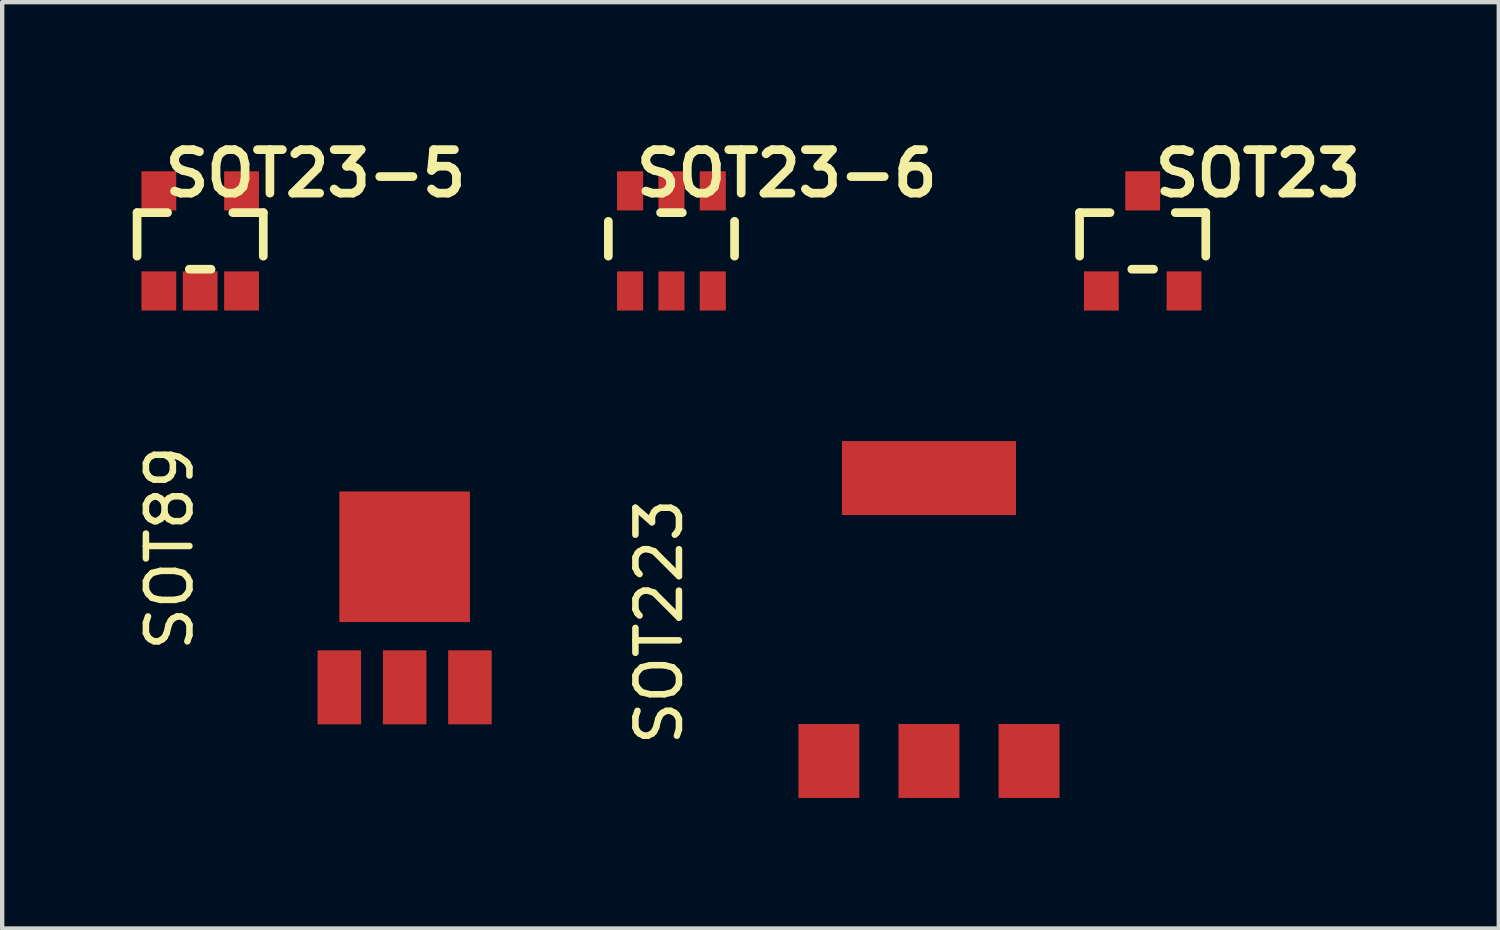
<source format=kicad_pcb>
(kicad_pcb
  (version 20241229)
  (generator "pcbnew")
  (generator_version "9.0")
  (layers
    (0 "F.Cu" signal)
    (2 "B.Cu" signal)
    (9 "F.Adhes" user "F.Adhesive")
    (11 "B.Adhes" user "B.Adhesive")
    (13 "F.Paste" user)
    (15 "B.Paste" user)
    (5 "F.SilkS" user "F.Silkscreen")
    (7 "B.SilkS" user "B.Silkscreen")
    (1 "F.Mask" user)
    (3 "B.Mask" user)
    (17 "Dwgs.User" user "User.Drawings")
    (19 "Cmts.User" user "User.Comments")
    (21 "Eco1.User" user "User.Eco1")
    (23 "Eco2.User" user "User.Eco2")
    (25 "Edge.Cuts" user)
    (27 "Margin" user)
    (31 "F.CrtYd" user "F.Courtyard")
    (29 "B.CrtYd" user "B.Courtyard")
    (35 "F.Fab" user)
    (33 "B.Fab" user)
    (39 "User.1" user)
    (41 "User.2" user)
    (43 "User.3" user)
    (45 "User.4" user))
  (footprint "SOT23-5"
    (layer "F.Cu")
    (at 0.6 3.636)
    (property "Reference" "SOT23-5" (at 3.6 -2.7 0) (layer "F.SilkS") (effects (font (size 1 1) (thickness 0.2))))
    (attr through_hole)
    (fp_line (start -0.5 -1.8) (end -0.5 -0.8) (stroke (width 0.2) (type solid)) (layer "F.SilkS"))
    (fp_line (start 0.2 -1.8) (end -0.5 -1.8) (stroke (width 0.2) (type solid)) (layer "F.SilkS"))
    (fp_line (start 0.7 -0.5) (end 1.2 -0.5) (stroke (width 0.2) (type solid)) (layer "F.SilkS"))
    (fp_line (start 1.7 -1.8) (end 2.4 -1.8) (stroke (width 0.2) (type solid)) (layer "F.SilkS"))
    (fp_line (start 2.4 -1.8) (end 2.4 -0.8) (stroke (width 0.2) (type solid)) (layer "F.SilkS"))
    (pad "1" smd rect (at 0 0) (size 0.8 0.9) (layers "F.Cu" "F.Mask" "F.Paste"))
    (pad "2" smd rect (at 0.95 0) (size 0.8 0.9) (layers "F.Cu" "F.Mask" "F.Paste"))
    (pad "3" smd rect (at 1.9 0) (size 0.8 0.9) (layers "F.Cu" "F.Mask" "F.Paste"))
    (pad "4" smd rect (at 1.9 -2.3) (size 0.8 0.9) (layers "F.Cu" "F.Mask" "F.Paste"))
    (pad "5" smd rect (at 0 -2.3) (size 0.8 0.9) (layers "F.Cu" "F.Mask" "F.Paste")))
  (footprint "SOT89"
    (layer "F.Cu")
    (at 4.748 12.944)
    (property "Reference" "SOT89" (at -3.9 -3.4 90) (layer "F.SilkS") (effects (font (size 1 1) (thickness 0.15))))
    (attr through_hole)
    (pad "1" smd rect (at 0 -0.2) (size 1 1.7) (layers "F.Cu" "F.Mask" "F.Paste"))
    (pad "2" smd rect (at 1.5 -0.2) (size 1 1.7) (layers "F.Cu" "F.Mask" "F.Paste"))
    (pad "3" smd rect (at 3 -0.2) (size 1 1.7) (layers "F.Cu" "F.Mask" "F.Paste"))
    (pad "4" smd rect (at 1.5 -3.2) (size 3 3) (layers "F.Cu" "F.Mask" "F.Paste")))
  (footprint "SOT23-6"
    (layer "F.Cu")
    (at 11.429 3.636)
    (property "Reference" "SOT23-6" (at 3.6 -2.7 0) (layer "F.SilkS") (effects (font (size 1 1) (thickness 0.2))))
    (attr through_hole)
    (fp_line (start -0.5 -1.6) (end -0.5 -0.8) (stroke (width 0.2) (type solid)) (layer "F.SilkS"))
    (fp_line (start 0.7 -1.8) (end 1.2 -1.8) (stroke (width 0.2) (type solid)) (layer "F.SilkS"))
    (fp_line (start 2.4 -1.6) (end 2.4 -0.8) (stroke (width 0.2) (type solid)) (layer "F.SilkS"))
    (pad "1" smd rect (at 0 0) (size 0.6 0.9) (layers "F.Cu" "F.Mask" "F.Paste"))
    (pad "2" smd rect (at 0.95 0) (size 0.6 0.9) (layers "F.Cu" "F.Mask" "F.Paste"))
    (pad "3" smd rect (at 1.9 0) (size 0.6 0.9) (layers "F.Cu" "F.Mask" "F.Paste"))
    (pad "4" smd rect (at 1.9 -2.3) (size 0.6 0.9) (layers "F.Cu" "F.Mask" "F.Paste"))
    (pad "5" smd rect (at 0.95 -2.3) (size 0.6 0.9) (layers "F.Cu" "F.Mask" "F.Paste"))
    (pad "6" smd rect (at 0 -2.3) (size 0.6 0.9) (layers "F.Cu" "F.Mask" "F.Paste")))
  (footprint "SOT23"
    (layer "F.Cu")
    (at 22.257 3.636)
    (property "Reference" "SOT23" (at 3.6 -2.7 0) (layer "F.SilkS") (effects (font (size 1 1) (thickness 0.2))))
    (attr through_hole)
    (fp_line (start -0.5 -1.8) (end -0.5 -0.8) (stroke (width 0.2) (type solid)) (layer "F.SilkS"))
    (fp_line (start 0.2 -1.8) (end -0.5 -1.8) (stroke (width 0.2) (type solid)) (layer "F.SilkS"))
    (fp_line (start 0.7 -0.5) (end 1.2 -0.5) (stroke (width 0.2) (type solid)) (layer "F.SilkS"))
    (fp_line (start 1.7 -1.8) (end 2.4 -1.8) (stroke (width 0.2) (type solid)) (layer "F.SilkS"))
    (fp_line (start 2.4 -1.8) (end 2.4 -0.8) (stroke (width 0.2) (type solid)) (layer "F.SilkS"))
    (pad "1" smd rect (at 0 0) (size 0.8 0.9) (layers "F.Cu" "F.Mask" "F.Paste"))
    (pad "2" smd rect (at 1.9 0) (size 0.8 0.9) (layers "F.Cu" "F.Mask" "F.Paste"))
    (pad "3" smd rect (at 0.95 -2.3) (size 0.8 0.9) (layers "F.Cu" "F.Mask" "F.Paste")))
  (footprint "SOT223"
    (layer "F.Cu")
    (at 15.996 14.636)
    (property "Reference" "SOT223" (at -3.9 -3.4 90) (layer "F.SilkS") (effects (font (size 1 1) (thickness 0.15))))
    (attr through_hole)
    (pad "1" smd rect (at 0 -0.2) (size 1.4 1.7) (layers "F.Cu" "F.Mask" "F.Paste"))
    (pad "2" smd rect (at 2.3 -0.2) (size 1.4 1.7) (layers "F.Cu" "F.Mask" "F.Paste"))
    (pad "3" smd rect (at 4.6 -0.2) (size 1.4 1.7) (layers "F.Cu" "F.Mask" "F.Paste"))
    (pad "4" smd rect (at 2.3 -6.7) (size 4 1.7) (layers "F.Cu" "F.Mask" "F.Paste")))
  (gr_rect
    (start -3 -3)
    (end 31.39 18.286)
    (stroke (width 0.1) (type default))
    (fill no)
    (layer "Edge.Cuts")))
</source>
